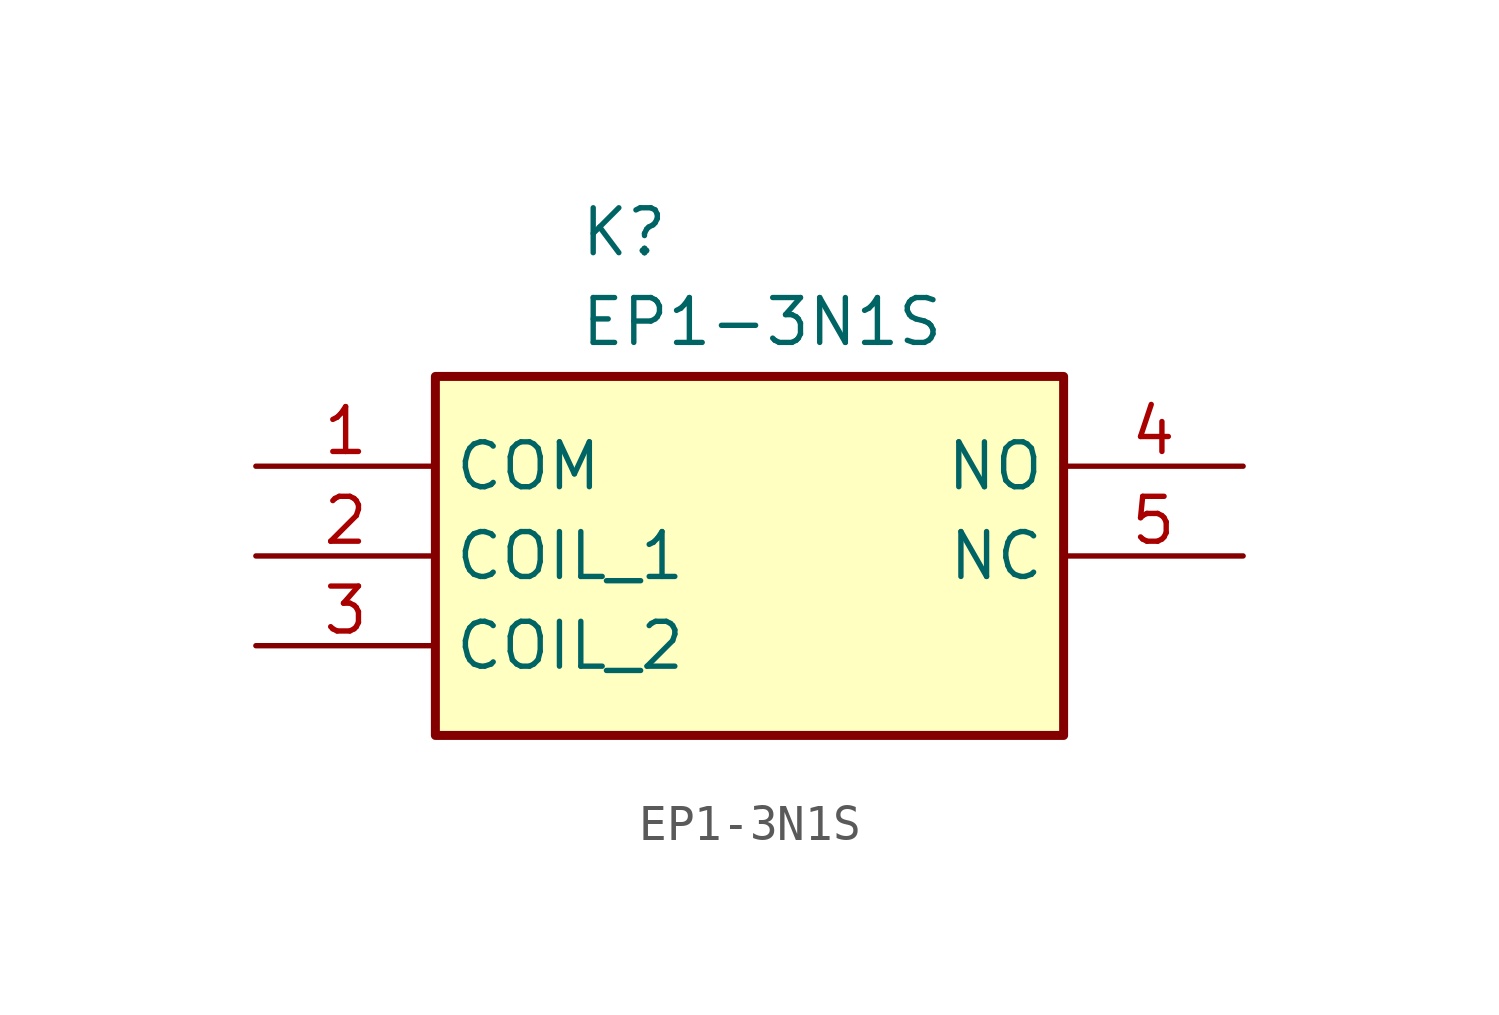
<source format=kicad_sym>
(kicad_symbol_lib
  (version 20231120)
  (generator "kicad_symbol_editor")
  (generator_version "8.0")
  (symbol "EP1-3N1S"
    (property "Reference" "K"
      (at 9.144 7.366 0)
      (effects (font (size 1.27 1.27)) (justify left top)))
    (property "Value" "EP1-3N1S"
      (at 9.144 4.826 0)
      (effects (font (size 1.27 1.27)) (justify left top)))
    (symbol "EP1-3N1S_1_1"
      (rectangle (start 5.08 2.54) (end 22.86 -7.62) (stroke (width 0.254) (type default)) (fill (type background)))
      (pin passive line (at 0 0 0) (length 5.08) (name "COM" (effects (font (size 1.27 1.27)))) (number "1" (effects (font (size 1.27 1.27)))))
      (pin passive line (at 0 -2.54 0) (length 5.08) (name "COIL_1" (effects (font (size 1.27 1.27)))) (number "2" (effects (font (size 1.27 1.27)))))
      (pin passive line (at 0 -5.08 0) (length 5.08) (name "COIL_2" (effects (font (size 1.27 1.27)))) (number "3" (effects (font (size 1.27 1.27)))))
      (pin passive line (at 27.94 0 180) (length 5.08) (name "NO" (effects (font (size 1.27 1.27)))) (number "4" (effects (font (size 1.27 1.27)))))
      (pin passive line (at 27.94 -2.54 180) (length 5.08) (name "NC" (effects (font (size 1.27 1.27)))) (number "5" (effects (font (size 1.27 1.27))))))))
</source>
